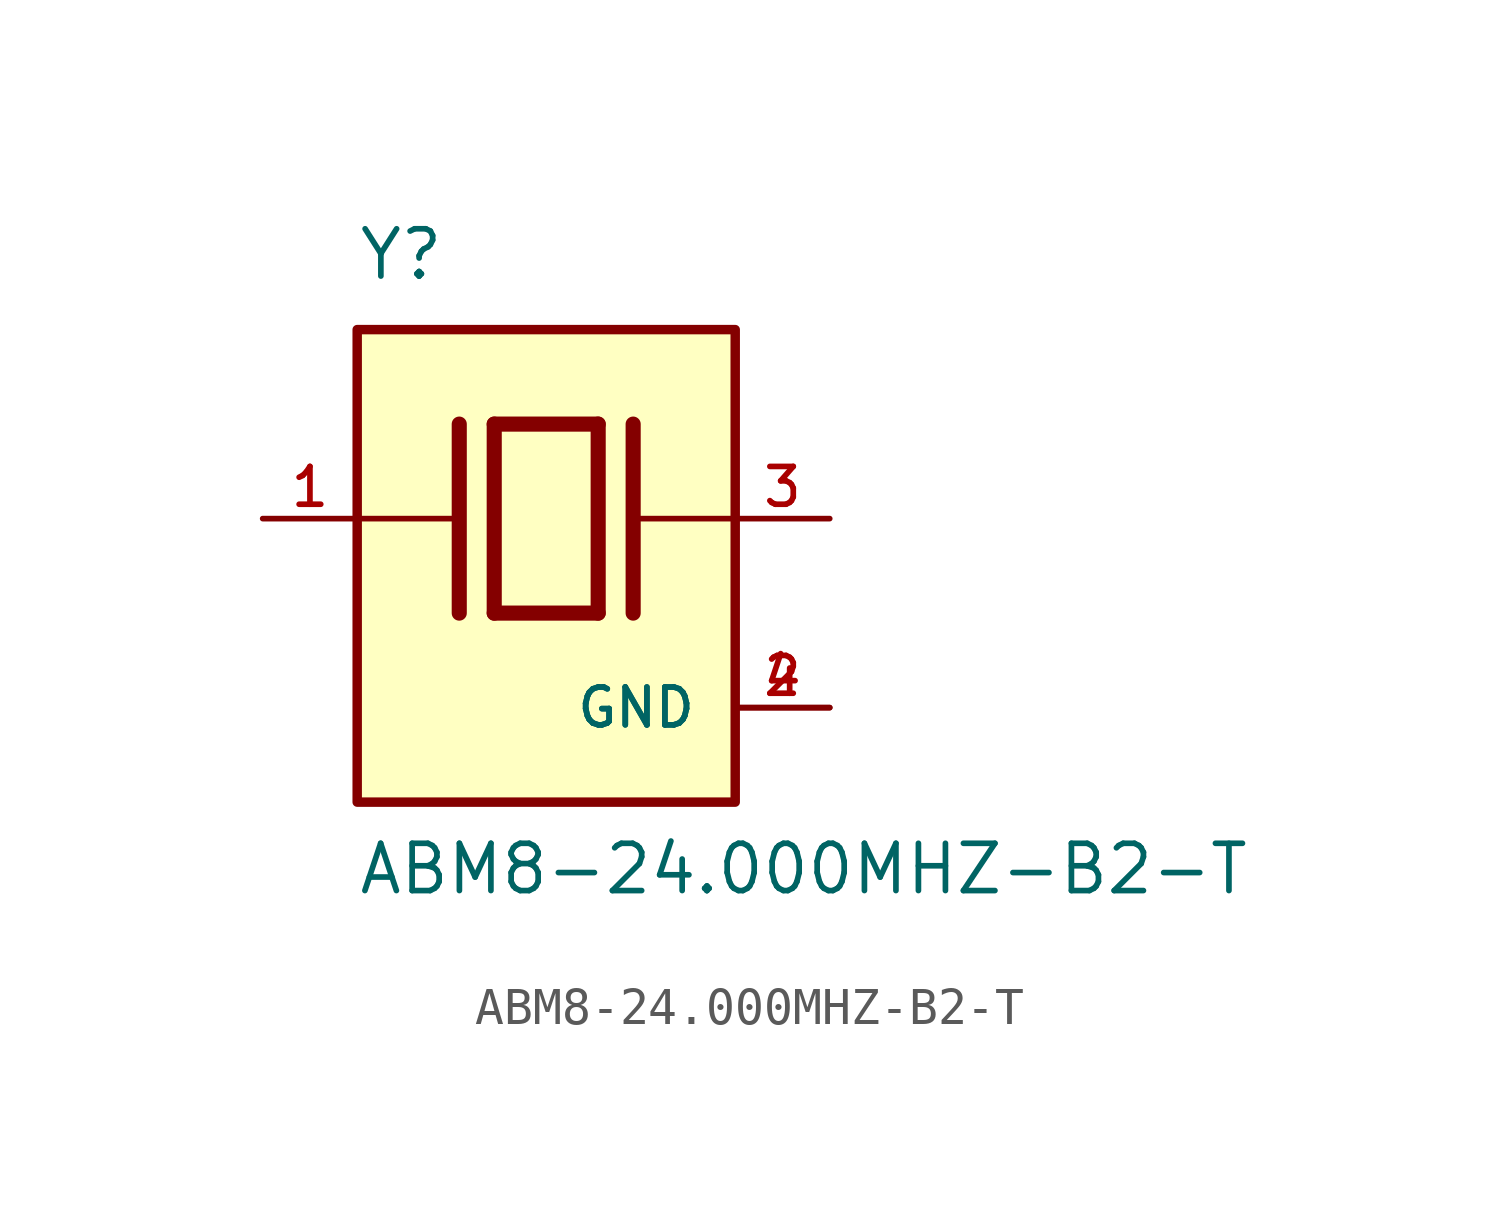
<source format=kicad_sym>
(kicad_symbol_lib
  (version 20211014)
  (generator kicad_symbol_editor)
  (symbol "ABM8-24.000MHZ-B2-T"
    (pin_names
      (offset 1.016))
    (property "Reference" "Y"
      (at -5.088 6.356 0)
      (effects (font (size 1.27 1.27)) (justify bottom left)))
    (property "Value" "ABM8-24.000MHZ-B2-T"
      (at -5.094 -10.16 0)
      (effects (font (size 1.27 1.27)) (justify bottom left)))
    (symbol "ABM8-24.000MHZ-B2-T_0_0"
      (polyline (pts (xy -1.397 2.54) (xy 1.397 2.54)) (stroke (width 0.406)))
      (polyline (pts (xy 1.397 2.54) (xy 1.397 -2.54)) (stroke (width 0.406)))
      (polyline (pts (xy 1.397 -2.54) (xy -1.397 -2.54)) (stroke (width 0.406)))
      (polyline (pts (xy -1.397 2.54) (xy -1.397 -2.54)) (stroke (width 0.406)))
      (polyline (pts (xy 2.337 2.54) (xy 2.337 -2.54)) (stroke (width 0.406)))
      (polyline (pts (xy -2.337 2.54) (xy -2.337 -2.54)) (stroke (width 0.406)))
      (polyline (pts (xy -5.08 0.0) (xy -2.54 0.0)) (stroke (width 0.152)))
      (polyline (pts (xy 2.54 0.0) (xy 5.08 0.0)) (stroke (width 0.152)))
      (rectangle (start -5.08 -7.62) (end 5.08 5.08) (stroke (width 0.254)) (fill (type background)))
      (pin passive line (at 7.62 0.0 180.0) (length 2.54) (name "~" (effects (font (size 1.016 1.016)))) (number "3" (effects (font (size 1.016 1.016)))))
      (pin passive line (at -7.62 0.0 0) (length 2.54) (name "~" (effects (font (size 1.016 1.016)))) (number "1" (effects (font (size 1.016 1.016)))))
      (pin power_in line (at 7.62 -5.08 180.0) (length 2.54) (name "GND" (effects (font (size 1.016 1.016)))) (number "2" (effects (font (size 1.016 1.016)))))
      (pin power_in line (at 7.62 -5.08 180.0) (length 2.54) (name "GND" (effects (font (size 1.016 1.016)))) (number "4" (effects (font (size 1.016 1.016))))))))
</source>
